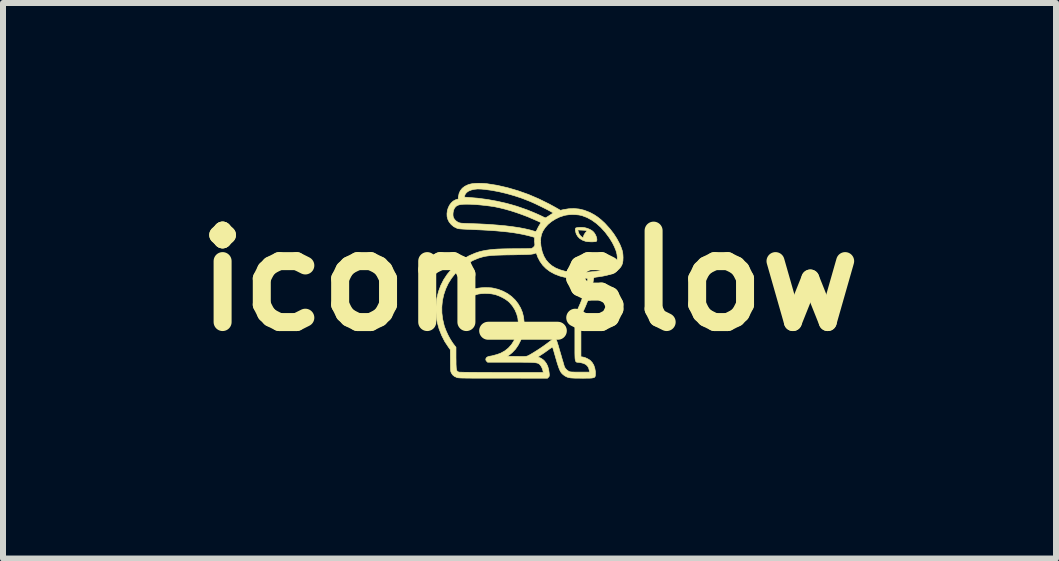
<source format=kicad_pcb>
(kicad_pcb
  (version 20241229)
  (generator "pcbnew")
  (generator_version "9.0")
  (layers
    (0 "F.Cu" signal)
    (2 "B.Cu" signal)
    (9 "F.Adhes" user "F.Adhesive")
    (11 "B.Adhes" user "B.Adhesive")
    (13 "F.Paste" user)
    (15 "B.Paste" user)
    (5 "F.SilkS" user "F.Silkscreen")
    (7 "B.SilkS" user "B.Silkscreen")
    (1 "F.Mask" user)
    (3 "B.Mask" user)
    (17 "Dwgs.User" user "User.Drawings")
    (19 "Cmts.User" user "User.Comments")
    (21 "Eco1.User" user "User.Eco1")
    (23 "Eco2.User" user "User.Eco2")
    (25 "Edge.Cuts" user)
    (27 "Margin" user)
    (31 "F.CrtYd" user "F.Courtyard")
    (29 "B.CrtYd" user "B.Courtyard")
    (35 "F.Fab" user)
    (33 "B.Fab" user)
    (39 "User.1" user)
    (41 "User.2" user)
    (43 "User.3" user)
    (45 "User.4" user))
  (footprint "icon_slow"
    (layer "F.Cu")
    (at 5.777 1.629)
    (property "Reference" "icon_slow" (at 0 0 0) (layer "F.SilkS") (effects (font (size 1.524 1.524) (thickness 0.3))))
    (attr through_hole)
    (fp_poly (pts (xy 0.884 -0.888) (xy 0.913 -0.885) (xy 0.924 -0.883) (xy 0.965 -0.872) (xy 1.006 -0.855) (xy 1.042 -0.834) (xy 1.063 -0.816) (xy 1.083 -0.792) (xy 1.099 -0.765) (xy 1.112 -0.736) (xy 1.12 -0.708) (xy 1.123 -0.683) (xy 1.12 -0.664) (xy 1.114 -0.656) (xy 1.102 -0.652) (xy 1.08 -0.65) (xy 1.052 -0.648) (xy 1.021 -0.648) (xy 0.989 -0.65) (xy 0.961 -0.652) (xy 0.938 -0.656) (xy 0.933 -0.657) (xy 0.882 -0.676) (xy 0.839 -0.702) (xy 0.806 -0.735) (xy 0.783 -0.772) (xy 0.782 -0.773) (xy 0.773 -0.799) (xy 0.767 -0.826) (xy 0.765 -0.846) (xy 0.805 -0.846) (xy 0.81 -0.825) (xy 0.824 -0.784) (xy 0.848 -0.75) (xy 0.862 -0.737) (xy 0.877 -0.726) (xy 0.887 -0.719) (xy 0.89 -0.718) (xy 0.895 -0.723) (xy 0.9 -0.737) (xy 0.902 -0.746) (xy 0.912 -0.771) (xy 0.929 -0.796) (xy 0.934 -0.803) (xy 0.946 -0.816) (xy 0.951 -0.826) (xy 0.95 -0.833) (xy 0.94 -0.837) (xy 0.921 -0.84) (xy 0.89 -0.842) (xy 0.871 -0.843) (xy 0.805 -0.846) (xy 0.765 -0.846) (xy 0.765 -0.851) (xy 0.766 -0.87) (xy 0.768 -0.876) (xy 0.778 -0.881) (xy 0.797 -0.885) (xy 0.823 -0.888) (xy 0.853 -0.889) (xy 0.884 -0.888)) (stroke (width 0.01) (type solid)) (fill yes) (layer "F.SilkS"))
    (fp_poly (pts (xy -0.799 -1.623) (xy -0.742 -1.62) (xy -0.712 -1.617) (xy -0.54 -1.59) (xy -0.366 -1.55) (xy -0.192 -1.499) (xy -0.017 -1.437) (xy 0.156 -1.363) (xy 0.326 -1.279) (xy 0.425 -1.225) (xy 0.516 -1.173) (xy 0.561 -1.184) (xy 0.652 -1.199) (xy 0.74 -1.203) (xy 0.825 -1.195) (xy 0.91 -1.175) (xy 0.995 -1.142) (xy 1.019 -1.131) (xy 1.081 -1.097) (xy 1.138 -1.059) (xy 1.193 -1.015) (xy 1.25 -0.963) (xy 1.27 -0.942) (xy 1.34 -0.864) (xy 1.403 -0.783) (xy 1.456 -0.7) (xy 1.5 -0.618) (xy 1.514 -0.587) (xy 1.532 -0.541) (xy 1.545 -0.502) (xy 1.553 -0.466) (xy 1.557 -0.429) (xy 1.559 -0.387) (xy 1.559 -0.384) (xy 1.557 -0.333) (xy 1.55 -0.292) (xy 1.537 -0.256) (xy 1.516 -0.223) (xy 1.494 -0.197) (xy 1.458 -0.164) (xy 1.414 -0.136) (xy 1.36 -0.112) (xy 1.296 -0.092) (xy 1.222 -0.076) (xy 1.137 -0.063) (xy 1.135 -0.063) (xy 1.106 -0.059) (xy 1.087 -0.055) (xy 1.077 -0.052) (xy 1.072 -0.047) (xy 1.07 -0.042) (xy 1.068 -0.031) (xy 1.064 -0.01) (xy 1.06 0.017) (xy 1.054 0.046) (xy 1.036 0.132) (xy 1.009 0.226) (xy 0.974 0.325) (xy 0.933 0.427) (xy 0.894 0.514) (xy 0.857 0.592) (xy 0.857 1.268) (xy 0.887 1.272) (xy 0.923 1.281) (xy 0.962 1.298) (xy 0.998 1.319) (xy 1.013 1.33) (xy 1.045 1.365) (xy 1.071 1.408) (xy 1.088 1.459) (xy 1.098 1.514) (xy 1.099 1.541) (xy 1.098 1.563) (xy 1.097 1.581) (xy 1.094 1.595) (xy 1.088 1.606) (xy 1.076 1.614) (xy 1.059 1.619) (xy 1.035 1.623) (xy 1.002 1.625) (xy 0.96 1.625) (xy 0.907 1.626) (xy 0.875 1.626) (xy 0.814 1.625) (xy 0.763 1.625) (xy 0.723 1.623) (xy 0.69 1.621) (xy 0.664 1.617) (xy 0.642 1.612) (xy 0.623 1.605) (xy 0.605 1.596) (xy 0.589 1.587) (xy 0.568 1.572) (xy 0.549 1.556) (xy 0.533 1.539) (xy 0.518 1.518) (xy 0.505 1.492) (xy 0.491 1.459) (xy 0.477 1.419) (xy 0.461 1.37) (xy 0.444 1.311) (xy 0.437 1.288) (xy 0.424 1.242) (xy 0.412 1.201) (xy 0.402 1.165) (xy 0.393 1.136) (xy 0.387 1.116) (xy 0.384 1.107) (xy 0.384 1.106) (xy 0.378 1.108) (xy 0.364 1.117) (xy 0.344 1.131) (xy 0.32 1.148) (xy 0.316 1.151) (xy 0.284 1.174) (xy 0.249 1.199) (xy 0.215 1.222) (xy 0.194 1.235) (xy 0.169 1.252) (xy 0.153 1.263) (xy 0.146 1.269) (xy 0.146 1.273) (xy 0.151 1.276) (xy 0.152 1.276) (xy 0.192 1.293) (xy 0.23 1.32) (xy 0.25 1.339) (xy 0.28 1.379) (xy 0.303 1.425) (xy 0.319 1.48) (xy 0.328 1.543) (xy 0.328 1.544) (xy 0.33 1.569) (xy 0.329 1.585) (xy 0.327 1.595) (xy 0.321 1.604) (xy 0.315 1.609) (xy 0.299 1.626) (xy -0.439 1.625) (xy -0.552 1.625) (xy -0.653 1.625) (xy -0.743 1.625) (xy -0.822 1.625) (xy -0.891 1.625) (xy -0.951 1.625) (xy -1.002 1.624) (xy -1.046 1.624) (xy -1.083 1.623) (xy -1.113 1.623) (xy -1.138 1.622) (xy -1.158 1.621) (xy -1.173 1.62) (xy -1.186 1.619) (xy -1.195 1.618) (xy -1.202 1.616) (xy -1.208 1.615) (xy -1.211 1.614) (xy -1.252 1.595) (xy -1.283 1.569) (xy -1.303 1.538) (xy -1.307 1.529) (xy -1.311 1.52) (xy -1.313 1.509) (xy -1.315 1.495) (xy -1.317 1.477) (xy -1.318 1.452) (xy -1.318 1.418) (xy -1.319 1.376) (xy -1.319 1.328) (xy -1.321 1.149) (xy -1.35 1.109) (xy -1.413 1.014) (xy -1.465 0.912) (xy -1.508 0.803) (xy -1.539 0.69) (xy -1.544 0.665) (xy -1.553 0.608) (xy -1.558 0.542) (xy -1.56 0.473) (xy -1.559 0.434) (xy -1.462 0.434) (xy -1.461 0.538) (xy -1.448 0.641) (xy -1.424 0.744) (xy -1.415 0.772) (xy -1.389 0.84) (xy -1.356 0.911) (xy -1.319 0.979) (xy -1.279 1.041) (xy -1.247 1.083) (xy -1.226 1.109) (xy -1.226 1.283) (xy -1.225 1.343) (xy -1.225 1.392) (xy -1.223 1.431) (xy -1.221 1.46) (xy -1.217 1.483) (xy -1.212 1.498) (xy -1.205 1.509) (xy -1.195 1.517) (xy -1.183 1.521) (xy -1.173 1.524) (xy -1.164 1.525) (xy -1.143 1.525) (xy -1.111 1.526) (xy -1.069 1.527) (xy -1.018 1.527) (xy -0.958 1.528) (xy -0.891 1.528) (xy -0.817 1.529) (xy -0.736 1.529) (xy -0.651 1.529) (xy -0.562 1.53) (xy -0.469 1.53) (xy -0.462 1.53) (xy 0.229 1.53) (xy 0.225 1.507) (xy 0.217 1.477) (xy 0.204 1.446) (xy 0.187 1.417) (xy 0.169 1.395) (xy 0.16 1.388) (xy 0.15 1.382) (xy 0.14 1.377) (xy 0.128 1.373) (xy 0.113 1.37) (xy 0.095 1.367) (xy 0.071 1.364) (xy 0.042 1.363) (xy 0.007 1.361) (xy -0.037 1.36) (xy -0.089 1.36) (xy -0.15 1.359) (xy -0.223 1.359) (xy -0.306 1.359) (xy -0.699 1.359) (xy -0.715 1.343) (xy -0.728 1.324) (xy -0.729 1.304) (xy -0.72 1.285) (xy -0.702 1.271) (xy -0.675 1.261) (xy -0.669 1.26) (xy -0.632 1.254) (xy -0.589 1.243) (xy -0.545 1.231) (xy -0.505 1.217) (xy -0.479 1.207) (xy -0.412 1.17) (xy -0.353 1.123) (xy -0.302 1.067) (xy -0.261 1.002) (xy -0.228 0.928) (xy -0.203 0.845) (xy -0.19 0.768) (xy -0.187 0.696) (xy -0.195 0.622) (xy -0.215 0.551) (xy -0.245 0.483) (xy -0.285 0.42) (xy -0.333 0.364) (xy -0.36 0.34) (xy -0.401 0.31) (xy -0.451 0.281) (xy -0.504 0.256) (xy -0.558 0.236) (xy -0.587 0.228) (xy -0.636 0.219) (xy -0.692 0.214) (xy -0.749 0.213) (xy -0.805 0.216) (xy -0.855 0.223) (xy -0.873 0.228) (xy -0.927 0.245) (xy -0.977 0.268) (xy -1.02 0.294) (xy -1.045 0.313) (xy -1.064 0.329) (xy -1.081 0.342) (xy -1.09 0.348) (xy -1.111 0.353) (xy -1.131 0.347) (xy -1.146 0.333) (xy -1.155 0.313) (xy -1.156 0.304) (xy -1.15 0.284) (xy -1.134 0.262) (xy -1.108 0.238) (xy -1.076 0.214) (xy -1.037 0.19) (xy -0.995 0.168) (xy -0.95 0.149) (xy -0.904 0.134) (xy -0.899 0.133) (xy -0.855 0.124) (xy -0.802 0.118) (xy -0.746 0.115) (xy -0.69 0.116) (xy -0.637 0.119) (xy -0.61 0.123) (xy -0.522 0.144) (xy -0.44 0.176) (xy -0.365 0.216) (xy -0.298 0.265) (xy -0.239 0.322) (xy -0.19 0.385) (xy -0.149 0.455) (xy -0.118 0.53) (xy -0.099 0.609) (xy -0.09 0.692) (xy -0.093 0.778) (xy -0.098 0.819) (xy -0.119 0.911) (xy -0.148 0.996) (xy -0.187 1.072) (xy -0.233 1.14) (xy -0.288 1.198) (xy -0.33 1.232) (xy -0.369 1.26) (xy -0.21 1.262) (xy -0.161 1.263) (xy -0.123 1.263) (xy -0.094 1.263) (xy -0.072 1.262) (xy -0.057 1.261) (xy -0.045 1.258) (xy -0.035 1.255) (xy -0.026 1.251) (xy -0.019 1.248) (xy 0.021 1.226) (xy 0.069 1.197) (xy 0.122 1.164) (xy 0.177 1.128) (xy 0.231 1.091) (xy 0.282 1.054) (xy 0.322 1.024) (xy 0.346 1.006) (xy 0.368 0.989) (xy 0.385 0.977) (xy 0.393 0.972) (xy 0.413 0.968) (xy 0.433 0.973) (xy 0.448 0.987) (xy 0.451 0.996) (xy 0.458 1.016) (xy 0.467 1.045) (xy 0.479 1.081) (xy 0.491 1.124) (xy 0.505 1.172) (xy 0.517 1.213) (xy 0.532 1.263) (xy 0.545 1.31) (xy 0.558 1.352) (xy 0.568 1.387) (xy 0.576 1.415) (xy 0.582 1.433) (xy 0.584 1.439) (xy 0.597 1.46) (xy 0.617 1.483) (xy 0.641 1.502) (xy 0.657 1.512) (xy 0.666 1.516) (xy 0.677 1.519) (xy 0.692 1.521) (xy 0.711 1.522) (xy 0.737 1.523) (xy 0.772 1.524) (xy 0.816 1.524) (xy 0.842 1.524) (xy 1.002 1.524) (xy 0.996 1.496) (xy 0.985 1.454) (xy 0.965 1.422) (xy 0.938 1.397) (xy 0.902 1.379) (xy 0.855 1.367) (xy 0.824 1.362) (xy 0.81 1.361) (xy 0.798 1.36) (xy 0.788 1.359) (xy 0.78 1.355) (xy 0.773 1.349) (xy 0.768 1.34) (xy 0.764 1.326) (xy 0.76 1.307) (xy 0.758 1.281) (xy 0.757 1.248) (xy 0.756 1.207) (xy 0.756 1.157) (xy 0.756 1.097) (xy 0.756 1.026) (xy 0.756 0.953) (xy 0.756 0.58) (xy 0.801 0.482) (xy 0.849 0.373) (xy 0.889 0.27) (xy 0.922 0.174) (xy 0.947 0.086) (xy 0.964 0.006) (xy 0.968 -0.016) (xy 0.971 -0.041) (xy 0.817 -0.041) (xy 0.757 -0.042) (xy 0.707 -0.043) (xy 0.664 -0.046) (xy 0.627 -0.05) (xy 0.592 -0.056) (xy 0.557 -0.064) (xy 0.519 -0.074) (xy 0.499 -0.08) (xy 0.417 -0.112) (xy 0.343 -0.152) (xy 0.277 -0.201) (xy 0.221 -0.257) (xy 0.175 -0.321) (xy 0.138 -0.391) (xy 0.124 -0.431) (xy 0.116 -0.45) (xy 0.11 -0.459) (xy 0.103 -0.46) (xy 0.102 -0.46) (xy 0.09 -0.455) (xy 0.077 -0.45) (xy 0.063 -0.447) (xy 0.047 -0.444) (xy 0.027 -0.441) (xy 0.002 -0.439) (xy -0.028 -0.437) (xy -0.066 -0.436) (xy -0.112 -0.435) (xy -0.168 -0.434) (xy -0.234 -0.432) (xy -0.289 -0.431) (xy -0.376 -0.43) (xy -0.452 -0.428) (xy -0.517 -0.426) (xy -0.574 -0.424) (xy -0.623 -0.421) (xy -0.665 -0.417) (xy -0.703 -0.412) (xy -0.737 -0.407) (xy -0.768 -0.4) (xy -0.798 -0.392) (xy -0.828 -0.383) (xy -0.856 -0.374) (xy -0.937 -0.34) (xy -1.018 -0.297) (xy -1.096 -0.246) (xy -1.164 -0.192) (xy -1.238 -0.12) (xy -1.301 -0.04) (xy -1.355 0.046) (xy -1.398 0.138) (xy -1.43 0.233) (xy -1.452 0.333) (xy -1.462 0.434) (xy -1.559 0.434) (xy -1.558 0.403) (xy -1.552 0.339) (xy -1.544 0.287) (xy -1.517 0.179) (xy -1.479 0.078) (xy -1.431 -0.017) (xy -1.372 -0.106) (xy -1.301 -0.191) (xy -1.27 -0.223) (xy -1.187 -0.298) (xy -1.099 -0.363) (xy -1.007 -0.416) (xy -0.907 -0.459) (xy -0.87 -0.472) (xy -0.825 -0.486) (xy -0.777 -0.497) (xy -0.725 -0.507) (xy -0.668 -0.515) (xy -0.604 -0.522) (xy -0.533 -0.527) (xy -0.453 -0.53) (xy -0.363 -0.532) (xy -0.262 -0.533) (xy -0.211 -0.533) (xy -0.159 -0.533) (xy -0.109 -0.534) (xy -0.065 -0.534) (xy -0.027 -0.535) (xy 0.003 -0.536) (xy 0.023 -0.536) (xy 0.03 -0.537) (xy 0.05 -0.546) (xy 0.069 -0.562) (xy 0.071 -0.564) (xy 0.082 -0.579) (xy 0.088 -0.591) (xy 0.088 -0.607) (xy 0.087 -0.619) (xy 0.084 -0.645) (xy 0.084 -0.652) (xy 0.184 -0.652) (xy 0.19 -0.58) (xy 0.194 -0.557) (xy 0.212 -0.479) (xy 0.239 -0.409) (xy 0.274 -0.348) (xy 0.319 -0.295) (xy 0.373 -0.249) (xy 0.436 -0.211) (xy 0.51 -0.181) (xy 0.593 -0.157) (xy 0.687 -0.14) (xy 0.711 -0.137) (xy 0.735 -0.136) (xy 0.77 -0.135) (xy 0.812 -0.136) (xy 0.859 -0.137) (xy 0.908 -0.139) (xy 0.958 -0.142) (xy 1.005 -0.146) (xy 1.046 -0.15) (xy 1.07 -0.152) (xy 1.141 -0.162) (xy 1.2 -0.172) (xy 1.25 -0.182) (xy 1.292 -0.192) (xy 1.328 -0.204) (xy 1.358 -0.217) (xy 1.386 -0.232) (xy 1.392 -0.236) (xy 1.425 -0.264) (xy 1.447 -0.299) (xy 1.46 -0.341) (xy 1.463 -0.389) (xy 1.457 -0.443) (xy 1.441 -0.502) (xy 1.415 -0.566) (xy 1.381 -0.634) (xy 1.337 -0.705) (xy 1.327 -0.72) (xy 1.261 -0.809) (xy 1.19 -0.887) (xy 1.116 -0.954) (xy 1.039 -1.009) (xy 0.959 -1.053) (xy 0.877 -1.084) (xy 0.867 -1.087) (xy 0.822 -1.096) (xy 0.769 -1.101) (xy 0.713 -1.103) (xy 0.657 -1.1) (xy 0.606 -1.093) (xy 0.578 -1.087) (xy 0.5 -1.061) (xy 0.429 -1.026) (xy 0.364 -0.985) (xy 0.307 -0.937) (xy 0.26 -0.884) (xy 0.223 -0.827) (xy 0.2 -0.773) (xy 0.188 -0.717) (xy 0.184 -0.652) (xy 0.084 -0.652) (xy 0.083 -0.675) (xy 0.083 -0.686) (xy 0.083 -0.722) (xy 0.037 -0.736) (xy -0.032 -0.754) (xy -0.106 -0.771) (xy -0.184 -0.786) (xy -0.269 -0.8) (xy -0.361 -0.812) (xy -0.46 -0.822) (xy -0.569 -0.832) (xy -0.688 -0.84) (xy -0.817 -0.847) (xy -0.958 -0.853) (xy -0.962 -0.854) (xy -1.021 -0.856) (xy -1.069 -0.858) (xy -1.107 -0.86) (xy -1.137 -0.862) (xy -1.16 -0.864) (xy -1.178 -0.866) (xy -1.192 -0.869) (xy -1.204 -0.872) (xy -1.214 -0.876) (xy -1.214 -0.876) (xy -1.264 -0.901) (xy -1.306 -0.937) (xy -1.341 -0.98) (xy -1.361 -1.021) (xy -1.374 -1.068) (xy -1.375 -1.092) (xy -1.276 -1.092) (xy -1.271 -1.059) (xy -1.27 -1.057) (xy -1.254 -1.027) (xy -1.229 -0.999) (xy -1.197 -0.977) (xy -1.186 -0.971) (xy -1.175 -0.967) (xy -1.163 -0.963) (xy -1.15 -0.961) (xy -1.132 -0.958) (xy -1.109 -0.957) (xy -1.078 -0.955) (xy -1.039 -0.954) (xy -0.988 -0.952) (xy -0.987 -0.952) (xy -0.826 -0.946) (xy -0.674 -0.938) (xy -0.533 -0.927) (xy -0.402 -0.915) (xy -0.282 -0.9) (xy -0.173 -0.884) (xy -0.076 -0.865) (xy 0.01 -0.845) (xy 0.041 -0.836) (xy 0.066 -0.829) (xy 0.087 -0.823) (xy 0.1 -0.82) (xy 0.102 -0.82) (xy 0.11 -0.825) (xy 0.12 -0.841) (xy 0.127 -0.855) (xy 0.139 -0.88) (xy 0.154 -0.908) (xy 0.167 -0.929) (xy 0.178 -0.947) (xy 0.186 -0.962) (xy 0.189 -0.969) (xy 0.189 -0.969) (xy 0.182 -0.973) (xy 0.165 -0.981) (xy 0.141 -0.992) (xy 0.111 -1.005) (xy 0.077 -1.02) (xy 0.042 -1.035) (xy 0.007 -1.05) (xy -0.025 -1.064) (xy -0.043 -1.071) (xy -0.13 -1.104) (xy -0.221 -1.136) (xy -0.314 -1.166) (xy -0.406 -1.192) (xy -0.494 -1.214) (xy -0.574 -1.231) (xy -0.595 -1.235) (xy -0.657 -1.244) (xy -0.728 -1.253) (xy -0.803 -1.261) (xy -0.878 -1.268) (xy -0.948 -1.272) (xy -0.984 -1.274) (xy -1.048 -1.275) (xy -1.101 -1.274) (xy -1.144 -1.27) (xy -1.179 -1.263) (xy -1.206 -1.252) (xy -1.228 -1.237) (xy -1.245 -1.217) (xy -1.257 -1.197) (xy -1.268 -1.166) (xy -1.275 -1.129) (xy -1.276 -1.092) (xy -1.375 -1.092) (xy -1.376 -1.117) (xy -1.37 -1.166) (xy -1.356 -1.213) (xy -1.335 -1.257) (xy -1.307 -1.295) (xy -1.274 -1.326) (xy -1.236 -1.347) (xy -1.218 -1.353) (xy -1.189 -1.361) (xy -1.186 -1.393) (xy -1.087 -1.393) (xy -1.015 -1.388) (xy -0.862 -1.375) (xy -0.703 -1.354) (xy -0.543 -1.325) (xy -0.387 -1.29) (xy -0.289 -1.263) (xy -0.211 -1.24) (xy -0.13 -1.212) (xy -0.047 -1.183) (xy 0.033 -1.151) (xy 0.109 -1.119) (xy 0.178 -1.088) (xy 0.219 -1.068) (xy 0.24 -1.058) (xy 0.256 -1.051) (xy 0.265 -1.048) (xy 0.273 -1.051) (xy 0.289 -1.06) (xy 0.311 -1.074) (xy 0.334 -1.089) (xy 0.395 -1.129) (xy 0.361 -1.149) (xy 0.333 -1.165) (xy 0.295 -1.185) (xy 0.251 -1.207) (xy 0.203 -1.231) (xy 0.153 -1.255) (xy 0.104 -1.279) (xy 0.058 -1.3) (xy 0.017 -1.318) (xy -0.01 -1.329) (xy -0.13 -1.376) (xy -0.255 -1.417) (xy -0.382 -1.453) (xy -0.508 -1.483) (xy -0.63 -1.506) (xy -0.747 -1.522) (xy -0.803 -1.527) (xy -0.866 -1.529) (xy -0.923 -1.523) (xy -0.973 -1.511) (xy -1.015 -1.494) (xy -1.048 -1.471) (xy -1.071 -1.443) (xy -1.083 -1.412) (xy -1.087 -1.393) (xy -1.186 -1.393) (xy -1.185 -1.402) (xy -1.174 -1.455) (xy -1.153 -1.501) (xy -1.121 -1.541) (xy -1.078 -1.574) (xy -1.026 -1.599) (xy -0.994 -1.609) (xy -0.956 -1.617) (xy -0.909 -1.622) (xy -0.855 -1.624) (xy -0.799 -1.623)) (stroke (width 0.01) (type solid)) (fill yes) (layer "F.SilkS")))
  (gr_rect
    (start -3 -3)
    (end 14.553 6.26)
    (stroke (width 0.1) (type default))
    (fill no)
    (layer "Edge.Cuts")))
</source>
